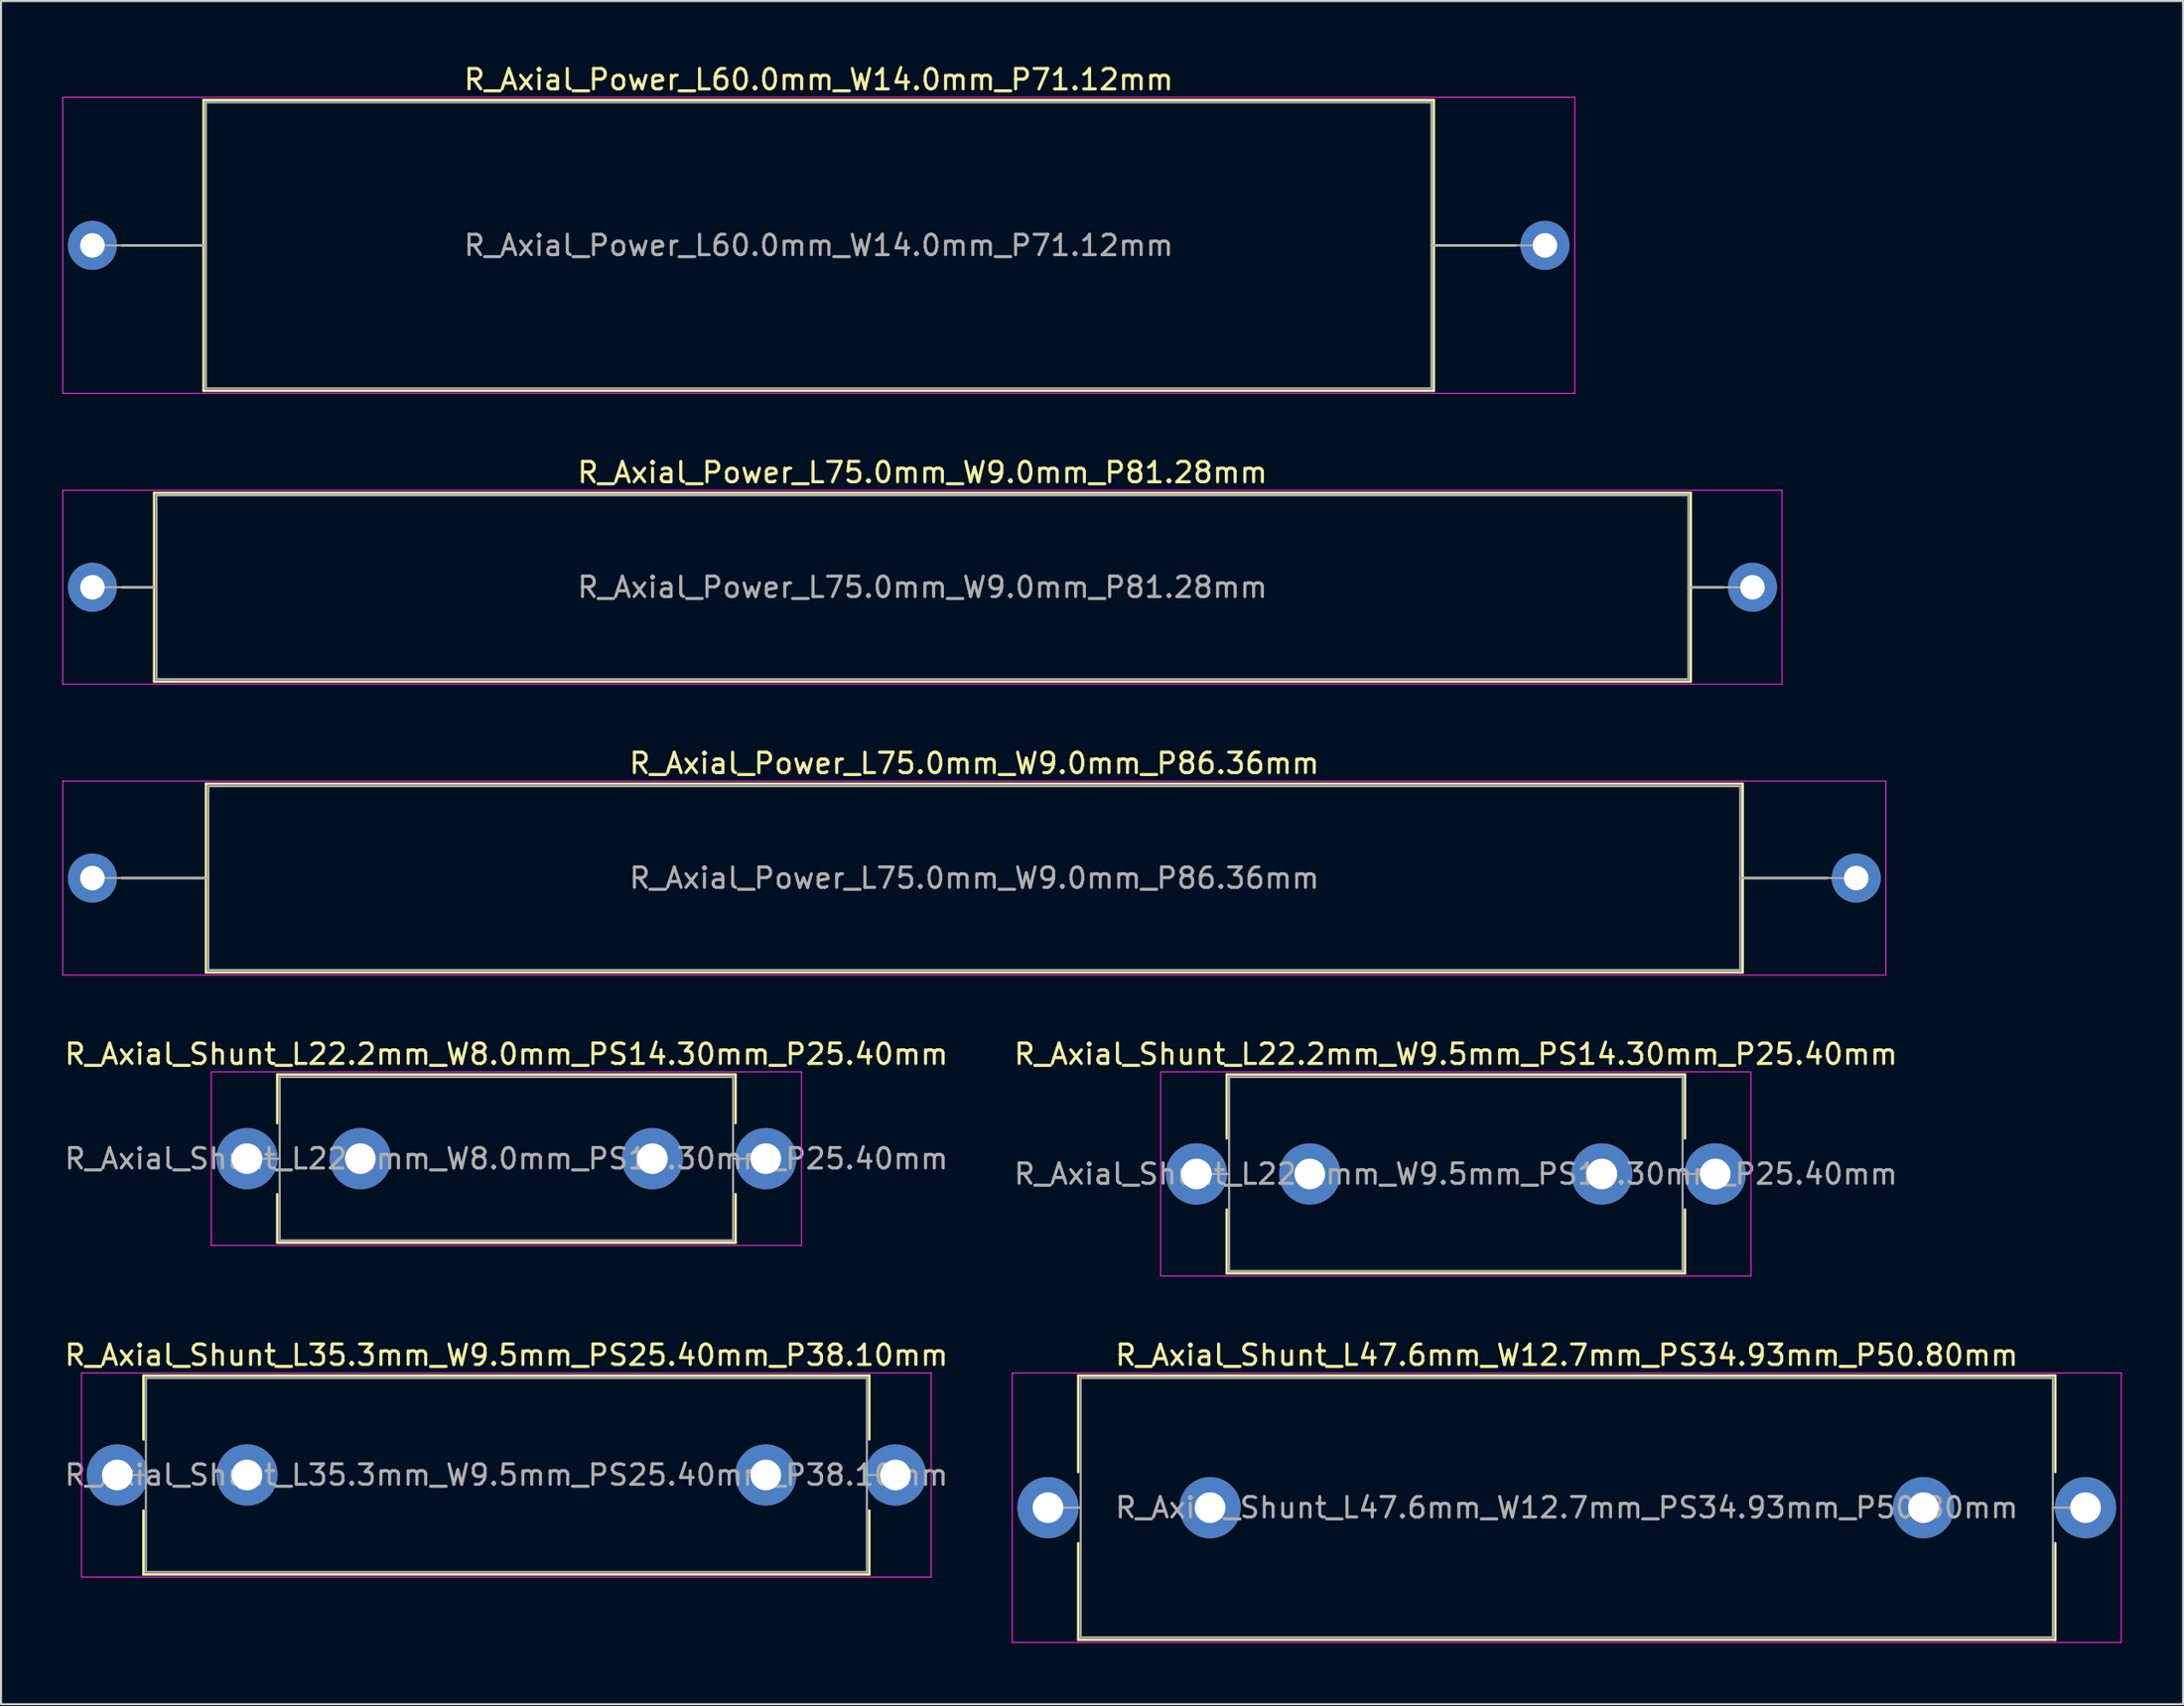
<source format=kicad_pcb>
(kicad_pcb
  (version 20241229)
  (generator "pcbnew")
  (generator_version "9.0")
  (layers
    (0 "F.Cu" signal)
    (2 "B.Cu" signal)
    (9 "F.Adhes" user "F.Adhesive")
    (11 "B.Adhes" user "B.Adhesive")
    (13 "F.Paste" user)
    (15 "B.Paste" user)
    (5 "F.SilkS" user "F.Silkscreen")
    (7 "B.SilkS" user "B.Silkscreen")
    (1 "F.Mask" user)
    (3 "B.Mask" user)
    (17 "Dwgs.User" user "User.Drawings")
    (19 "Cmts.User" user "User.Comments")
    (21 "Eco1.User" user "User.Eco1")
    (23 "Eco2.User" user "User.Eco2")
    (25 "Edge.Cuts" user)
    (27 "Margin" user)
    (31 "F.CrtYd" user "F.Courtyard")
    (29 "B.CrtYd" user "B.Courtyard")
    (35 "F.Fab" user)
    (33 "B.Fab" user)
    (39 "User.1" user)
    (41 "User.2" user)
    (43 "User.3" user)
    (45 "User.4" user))
  (footprint "R_Axial_Shunt_L35.3mm_W9.5mm_PS25.40mm_P38.10mm"
    (layer "F.Cu")
    (at 2.694 69.191)
    (property "Reference" "R_Axial_Shunt_L35.3mm_W9.5mm_PS25.40mm_P38.10mm" (at 19.05 -5.87 0) (layer "F.SilkS") (effects (font (size 1 1) (thickness 0.15))))
    (attr through_hole)
    (fp_line (start 1.28 -4.87) (end 36.82 -4.87) (stroke (width 0.12) (type solid)) (layer "F.SilkS"))
    (fp_line (start 1.28 -1.74) (end 1.28 -4.87) (stroke (width 0.12) (type solid)) (layer "F.SilkS"))
    (fp_line (start 1.28 1.74) (end 1.28 4.87) (stroke (width 0.12) (type solid)) (layer "F.SilkS"))
    (fp_line (start 1.28 4.87) (end 36.82 4.87) (stroke (width 0.12) (type solid)) (layer "F.SilkS"))
    (fp_line (start 36.82 -4.87) (end 36.82 -1.74) (stroke (width 0.12) (type solid)) (layer "F.SilkS"))
    (fp_line (start 36.82 4.87) (end 36.82 1.74) (stroke (width 0.12) (type solid)) (layer "F.SilkS"))
    (fp_line (start -1.75 -5) (end -1.75 5) (stroke (width 0.05) (type solid)) (layer "F.CrtYd"))
    (fp_line (start -1.75 5) (end 39.85 5) (stroke (width 0.05) (type solid)) (layer "F.CrtYd"))
    (fp_line (start 39.85 -5) (end -1.75 -5) (stroke (width 0.05) (type solid)) (layer "F.CrtYd"))
    (fp_line (start 39.85 5) (end 39.85 -5) (stroke (width 0.05) (type solid)) (layer "F.CrtYd"))
    (fp_line (start 0 0) (end 1.4 0) (stroke (width 0.1) (type solid)) (layer "F.Fab"))
    (fp_line (start 1.4 -4.75) (end 1.4 4.75) (stroke (width 0.1) (type solid)) (layer "F.Fab"))
    (fp_line (start 1.4 4.75) (end 36.7 4.75) (stroke (width 0.1) (type solid)) (layer "F.Fab"))
    (fp_line (start 36.7 -4.75) (end 1.4 -4.75) (stroke (width 0.1) (type solid)) (layer "F.Fab"))
    (fp_line (start 36.7 4.75) (end 36.7 -4.75) (stroke (width 0.1) (type solid)) (layer "F.Fab"))
    (fp_line (start 38.1 0) (end 36.7 0) (stroke (width 0.1) (type solid)) (layer "F.Fab"))
    (fp_text user "${REFERENCE}" (at 19.05 0 0) (layer "F.Fab") (effects (font (size 1 1) (thickness 0.15))))
    (pad "1" thru_hole circle (at 0 0) (size 3 3) (drill 1.5) (layers "*.Cu" "*.Mask"))
    (pad "2" thru_hole oval (at 6.35 0) (size 3 3) (drill 1.5) (layers "*.Cu" "*.Mask"))
    (pad "3" thru_hole oval (at 31.75 0) (size 3 3) (drill 1.5) (layers "*.Cu" "*.Mask"))
    (pad "4" thru_hole oval (at 38.1 0) (size 3 3) (drill 1.5) (layers "*.Cu" "*.Mask")))
  (footprint "R_Axial_Shunt_L47.6mm_W12.7mm_PS34.93mm_P50.80mm"
    (layer "F.Cu")
    (at 48.263 70.791)
    (property "Reference" "R_Axial_Shunt_L47.6mm_W12.7mm_PS34.93mm_P50.80mm" (at 25.4 -7.47 0) (layer "F.SilkS") (effects (font (size 1 1) (thickness 0.15))))
    (attr through_hole)
    (fp_line (start 1.48 -6.47) (end 49.32 -6.47) (stroke (width 0.12) (type solid)) (layer "F.SilkS"))
    (fp_line (start 1.48 -1.74) (end 1.48 -6.47) (stroke (width 0.12) (type solid)) (layer "F.SilkS"))
    (fp_line (start 1.48 1.74) (end 1.48 6.47) (stroke (width 0.12) (type solid)) (layer "F.SilkS"))
    (fp_line (start 1.48 6.47) (end 49.32 6.47) (stroke (width 0.12) (type solid)) (layer "F.SilkS"))
    (fp_line (start 49.32 -6.47) (end 49.32 -1.74) (stroke (width 0.12) (type solid)) (layer "F.SilkS"))
    (fp_line (start 49.32 6.47) (end 49.32 1.74) (stroke (width 0.12) (type solid)) (layer "F.SilkS"))
    (fp_line (start -1.75 -6.6) (end -1.75 6.6) (stroke (width 0.05) (type solid)) (layer "F.CrtYd"))
    (fp_line (start -1.75 6.6) (end 52.55 6.6) (stroke (width 0.05) (type solid)) (layer "F.CrtYd"))
    (fp_line (start 52.55 -6.6) (end -1.75 -6.6) (stroke (width 0.05) (type solid)) (layer "F.CrtYd"))
    (fp_line (start 52.55 6.6) (end 52.55 -6.6) (stroke (width 0.05) (type solid)) (layer "F.CrtYd"))
    (fp_line (start 0 0) (end 1.6 0) (stroke (width 0.1) (type solid)) (layer "F.Fab"))
    (fp_line (start 1.6 -6.35) (end 1.6 6.35) (stroke (width 0.1) (type solid)) (layer "F.Fab"))
    (fp_line (start 1.6 6.35) (end 49.2 6.35) (stroke (width 0.1) (type solid)) (layer "F.Fab"))
    (fp_line (start 49.2 -6.35) (end 1.6 -6.35) (stroke (width 0.1) (type solid)) (layer "F.Fab"))
    (fp_line (start 49.2 6.35) (end 49.2 -6.35) (stroke (width 0.1) (type solid)) (layer "F.Fab"))
    (fp_line (start 50.8 0) (end 49.2 0) (stroke (width 0.1) (type solid)) (layer "F.Fab"))
    (fp_text user "${REFERENCE}" (at 25.4 0 0) (layer "F.Fab") (effects (font (size 1 1) (thickness 0.15))))
    (pad "1" thru_hole circle (at 0 0) (size 3 3) (drill 1.5) (layers "*.Cu" "*.Mask"))
    (pad "2" thru_hole oval (at 7.935 0) (size 3 3) (drill 1.5) (layers "*.Cu" "*.Mask"))
    (pad "3" thru_hole oval (at 42.865 0) (size 3 3) (drill 1.5) (layers "*.Cu" "*.Mask"))
    (pad "4" thru_hole oval (at 50.8 0) (size 3 3) (drill 1.5) (layers "*.Cu" "*.Mask")))
  (footprint "R_Axial_Power_L60.0mm_W14.0mm_P71.12mm"
    (layer "F.Cu")
    (at 1.475 8.968)
    (property "Reference" "R_Axial_Power_L60.0mm_W14.0mm_P71.12mm" (at 35.56 -8.12 0) (layer "F.SilkS") (effects (font (size 1 1) (thickness 0.15))))
    (attr through_hole)
    (fp_line (start 1.44 0) (end 5.44 0) (stroke (width 0.12) (type solid)) (layer "F.SilkS"))
    (fp_line (start 5.44 -7.12) (end 5.44 7.12) (stroke (width 0.12) (type solid)) (layer "F.SilkS"))
    (fp_line (start 5.44 7.12) (end 65.68 7.12) (stroke (width 0.12) (type solid)) (layer "F.SilkS"))
    (fp_line (start 65.68 -7.12) (end 5.44 -7.12) (stroke (width 0.12) (type solid)) (layer "F.SilkS"))
    (fp_line (start 65.68 7.12) (end 65.68 -7.12) (stroke (width 0.12) (type solid)) (layer "F.SilkS"))
    (fp_line (start 69.68 0) (end 65.68 0) (stroke (width 0.12) (type solid)) (layer "F.SilkS"))
    (fp_line (start -1.45 -7.25) (end -1.45 7.25) (stroke (width 0.05) (type solid)) (layer "F.CrtYd"))
    (fp_line (start -1.45 7.25) (end 72.58 7.25) (stroke (width 0.05) (type solid)) (layer "F.CrtYd"))
    (fp_line (start 72.58 -7.25) (end -1.45 -7.25) (stroke (width 0.05) (type solid)) (layer "F.CrtYd"))
    (fp_line (start 72.58 7.25) (end 72.58 -7.25) (stroke (width 0.05) (type solid)) (layer "F.CrtYd"))
    (fp_line (start 0 0) (end 5.56 0) (stroke (width 0.1) (type solid)) (layer "F.Fab"))
    (fp_line (start 5.56 -7) (end 5.56 7) (stroke (width 0.1) (type solid)) (layer "F.Fab"))
    (fp_line (start 5.56 7) (end 65.56 7) (stroke (width 0.1) (type solid)) (layer "F.Fab"))
    (fp_line (start 65.56 -7) (end 5.56 -7) (stroke (width 0.1) (type solid)) (layer "F.Fab"))
    (fp_line (start 65.56 7) (end 65.56 -7) (stroke (width 0.1) (type solid)) (layer "F.Fab"))
    (fp_line (start 71.12 0) (end 65.56 0) (stroke (width 0.1) (type solid)) (layer "F.Fab"))
    (fp_text user "${REFERENCE}" (at 35.56 0 0) (layer "F.Fab") (effects (font (size 1 1) (thickness 0.15))))
    (pad "1" thru_hole circle (at 0 0) (size 2.4 2.4) (drill 1.2) (layers "*.Cu" "*.Mask"))
    (pad "2" thru_hole oval (at 71.12 0) (size 2.4 2.4) (drill 1.2) (layers "*.Cu" "*.Mask")))
  (footprint "R_Axial_Shunt_L22.2mm_W9.5mm_PS14.30mm_P25.40mm"
    (layer "F.Cu")
    (at 55.532 54.448)
    (property "Reference" "R_Axial_Shunt_L22.2mm_W9.5mm_PS14.30mm_P25.40mm" (at 12.7 -5.87 0) (layer "F.SilkS") (effects (font (size 1 1) (thickness 0.15))))
    (attr through_hole)
    (fp_line (start 1.48 -4.87) (end 23.92 -4.87) (stroke (width 0.12) (type solid)) (layer "F.SilkS"))
    (fp_line (start 1.48 -1.74) (end 1.48 -4.87) (stroke (width 0.12) (type solid)) (layer "F.SilkS"))
    (fp_line (start 1.48 1.74) (end 1.48 4.87) (stroke (width 0.12) (type solid)) (layer "F.SilkS"))
    (fp_line (start 1.48 4.87) (end 23.92 4.87) (stroke (width 0.12) (type solid)) (layer "F.SilkS"))
    (fp_line (start 23.92 -4.87) (end 23.92 -1.74) (stroke (width 0.12) (type solid)) (layer "F.SilkS"))
    (fp_line (start 23.92 4.87) (end 23.92 1.74) (stroke (width 0.12) (type solid)) (layer "F.SilkS"))
    (fp_line (start -1.75 -5) (end -1.75 5) (stroke (width 0.05) (type solid)) (layer "F.CrtYd"))
    (fp_line (start -1.75 5) (end 27.15 5) (stroke (width 0.05) (type solid)) (layer "F.CrtYd"))
    (fp_line (start 27.15 -5) (end -1.75 -5) (stroke (width 0.05) (type solid)) (layer "F.CrtYd"))
    (fp_line (start 27.15 5) (end 27.15 -5) (stroke (width 0.05) (type solid)) (layer "F.CrtYd"))
    (fp_line (start 0 0) (end 1.6 0) (stroke (width 0.1) (type solid)) (layer "F.Fab"))
    (fp_line (start 1.6 -4.75) (end 1.6 4.75) (stroke (width 0.1) (type solid)) (layer "F.Fab"))
    (fp_line (start 1.6 4.75) (end 23.8 4.75) (stroke (width 0.1) (type solid)) (layer "F.Fab"))
    (fp_line (start 23.8 -4.75) (end 1.6 -4.75) (stroke (width 0.1) (type solid)) (layer "F.Fab"))
    (fp_line (start 23.8 4.75) (end 23.8 -4.75) (stroke (width 0.1) (type solid)) (layer "F.Fab"))
    (fp_line (start 25.4 0) (end 23.8 0) (stroke (width 0.1) (type solid)) (layer "F.Fab"))
    (fp_text user "${REFERENCE}" (at 12.7 0 0) (layer "F.Fab") (effects (font (size 1 1) (thickness 0.15))))
    (pad "1" thru_hole circle (at 0 0) (size 3 3) (drill 1.5) (layers "*.Cu" "*.Mask"))
    (pad "2" thru_hole oval (at 5.55 0) (size 3 3) (drill 1.5) (layers "*.Cu" "*.Mask"))
    (pad "3" thru_hole oval (at 19.85 0) (size 3 3) (drill 1.5) (layers "*.Cu" "*.Mask"))
    (pad "4" thru_hole oval (at 25.4 0) (size 3 3) (drill 1.5) (layers "*.Cu" "*.Mask")))
  (footprint "R_Axial_Power_L75.0mm_W9.0mm_P81.28mm"
    (layer "F.Cu")
    (at 1.475 25.712)
    (property "Reference" "R_Axial_Power_L75.0mm_W9.0mm_P81.28mm" (at 40.64 -5.62 0) (layer "F.SilkS") (effects (font (size 1 1) (thickness 0.15))))
    (attr through_hole)
    (fp_line (start 1.44 0) (end 3.02 0) (stroke (width 0.12) (type solid)) (layer "F.SilkS"))
    (fp_line (start 3.02 -4.62) (end 3.02 4.62) (stroke (width 0.12) (type solid)) (layer "F.SilkS"))
    (fp_line (start 3.02 4.62) (end 78.26 4.62) (stroke (width 0.12) (type solid)) (layer "F.SilkS"))
    (fp_line (start 78.26 -4.62) (end 3.02 -4.62) (stroke (width 0.12) (type solid)) (layer "F.SilkS"))
    (fp_line (start 78.26 4.62) (end 78.26 -4.62) (stroke (width 0.12) (type solid)) (layer "F.SilkS"))
    (fp_line (start 79.84 0) (end 78.26 0) (stroke (width 0.12) (type solid)) (layer "F.SilkS"))
    (fp_line (start -1.45 -4.75) (end -1.45 4.75) (stroke (width 0.05) (type solid)) (layer "F.CrtYd"))
    (fp_line (start -1.45 4.75) (end 82.73 4.75) (stroke (width 0.05) (type solid)) (layer "F.CrtYd"))
    (fp_line (start 82.73 -4.75) (end -1.45 -4.75) (stroke (width 0.05) (type solid)) (layer "F.CrtYd"))
    (fp_line (start 82.73 4.75) (end 82.73 -4.75) (stroke (width 0.05) (type solid)) (layer "F.CrtYd"))
    (fp_line (start 0 0) (end 3.14 0) (stroke (width 0.1) (type solid)) (layer "F.Fab"))
    (fp_line (start 3.14 -4.5) (end 3.14 4.5) (stroke (width 0.1) (type solid)) (layer "F.Fab"))
    (fp_line (start 3.14 4.5) (end 78.14 4.5) (stroke (width 0.1) (type solid)) (layer "F.Fab"))
    (fp_line (start 78.14 -4.5) (end 3.14 -4.5) (stroke (width 0.1) (type solid)) (layer "F.Fab"))
    (fp_line (start 78.14 4.5) (end 78.14 -4.5) (stroke (width 0.1) (type solid)) (layer "F.Fab"))
    (fp_line (start 81.28 0) (end 78.14 0) (stroke (width 0.1) (type solid)) (layer "F.Fab"))
    (fp_text user "${REFERENCE}" (at 40.64 0 0) (layer "F.Fab") (effects (font (size 1 1) (thickness 0.15))))
    (pad "1" thru_hole circle (at 0 0) (size 2.4 2.4) (drill 1.2) (layers "*.Cu" "*.Mask"))
    (pad "2" thru_hole oval (at 81.28 0) (size 2.4 2.4) (drill 1.2) (layers "*.Cu" "*.Mask")))
  (footprint "R_Axial_Power_L75.0mm_W9.0mm_P86.36mm"
    (layer "F.Cu")
    (at 1.475 39.955)
    (property "Reference" "R_Axial_Power_L75.0mm_W9.0mm_P86.36mm" (at 43.18 -5.62 0) (layer "F.SilkS") (effects (font (size 1 1) (thickness 0.15))))
    (attr through_hole)
    (fp_line (start 1.44 0) (end 5.56 0) (stroke (width 0.12) (type solid)) (layer "F.SilkS"))
    (fp_line (start 5.56 -4.62) (end 5.56 4.62) (stroke (width 0.12) (type solid)) (layer "F.SilkS"))
    (fp_line (start 5.56 4.62) (end 80.8 4.62) (stroke (width 0.12) (type solid)) (layer "F.SilkS"))
    (fp_line (start 80.8 -4.62) (end 5.56 -4.62) (stroke (width 0.12) (type solid)) (layer "F.SilkS"))
    (fp_line (start 80.8 4.62) (end 80.8 -4.62) (stroke (width 0.12) (type solid)) (layer "F.SilkS"))
    (fp_line (start 84.92 0) (end 80.8 0) (stroke (width 0.12) (type solid)) (layer "F.SilkS"))
    (fp_line (start -1.45 -4.75) (end -1.45 4.75) (stroke (width 0.05) (type solid)) (layer "F.CrtYd"))
    (fp_line (start -1.45 4.75) (end 87.81 4.75) (stroke (width 0.05) (type solid)) (layer "F.CrtYd"))
    (fp_line (start 87.81 -4.75) (end -1.45 -4.75) (stroke (width 0.05) (type solid)) (layer "F.CrtYd"))
    (fp_line (start 87.81 4.75) (end 87.81 -4.75) (stroke (width 0.05) (type solid)) (layer "F.CrtYd"))
    (fp_line (start 0 0) (end 5.68 0) (stroke (width 0.1) (type solid)) (layer "F.Fab"))
    (fp_line (start 5.68 -4.5) (end 5.68 4.5) (stroke (width 0.1) (type solid)) (layer "F.Fab"))
    (fp_line (start 5.68 4.5) (end 80.68 4.5) (stroke (width 0.1) (type solid)) (layer "F.Fab"))
    (fp_line (start 80.68 -4.5) (end 5.68 -4.5) (stroke (width 0.1) (type solid)) (layer "F.Fab"))
    (fp_line (start 80.68 4.5) (end 80.68 -4.5) (stroke (width 0.1) (type solid)) (layer "F.Fab"))
    (fp_line (start 86.36 0) (end 80.68 0) (stroke (width 0.1) (type solid)) (layer "F.Fab"))
    (fp_text user "${REFERENCE}" (at 43.18 0 0) (layer "F.Fab") (effects (font (size 1 1) (thickness 0.15))))
    (pad "1" thru_hole circle (at 0 0) (size 2.4 2.4) (drill 1.2) (layers "*.Cu" "*.Mask"))
    (pad "2" thru_hole oval (at 86.36 0) (size 2.4 2.4) (drill 1.2) (layers "*.Cu" "*.Mask")))
  (footprint "R_Axial_Shunt_L22.2mm_W8.0mm_PS14.30mm_P25.40mm"
    (layer "F.Cu")
    (at 9.044 53.698)
    (property "Reference" "R_Axial_Shunt_L22.2mm_W8.0mm_PS14.30mm_P25.40mm" (at 12.7 -5.12 0) (layer "F.SilkS") (effects (font (size 1 1) (thickness 0.15))))
    (attr through_hole)
    (fp_line (start 1.48 -4.12) (end 23.92 -4.12) (stroke (width 0.12) (type solid)) (layer "F.SilkS"))
    (fp_line (start 1.48 -1.74) (end 1.48 -4.12) (stroke (width 0.12) (type solid)) (layer "F.SilkS"))
    (fp_line (start 1.48 1.74) (end 1.48 4.12) (stroke (width 0.12) (type solid)) (layer "F.SilkS"))
    (fp_line (start 1.48 4.12) (end 23.92 4.12) (stroke (width 0.12) (type solid)) (layer "F.SilkS"))
    (fp_line (start 23.92 -4.12) (end 23.92 -1.74) (stroke (width 0.12) (type solid)) (layer "F.SilkS"))
    (fp_line (start 23.92 4.12) (end 23.92 1.74) (stroke (width 0.12) (type solid)) (layer "F.SilkS"))
    (fp_line (start -1.75 -4.25) (end -1.75 4.25) (stroke (width 0.05) (type solid)) (layer "F.CrtYd"))
    (fp_line (start -1.75 4.25) (end 27.15 4.25) (stroke (width 0.05) (type solid)) (layer "F.CrtYd"))
    (fp_line (start 27.15 -4.25) (end -1.75 -4.25) (stroke (width 0.05) (type solid)) (layer "F.CrtYd"))
    (fp_line (start 27.15 4.25) (end 27.15 -4.25) (stroke (width 0.05) (type solid)) (layer "F.CrtYd"))
    (fp_line (start 0 0) (end 1.6 0) (stroke (width 0.1) (type solid)) (layer "F.Fab"))
    (fp_line (start 1.6 -4) (end 1.6 4) (stroke (width 0.1) (type solid)) (layer "F.Fab"))
    (fp_line (start 1.6 4) (end 23.8 4) (stroke (width 0.1) (type solid)) (layer "F.Fab"))
    (fp_line (start 23.8 -4) (end 1.6 -4) (stroke (width 0.1) (type solid)) (layer "F.Fab"))
    (fp_line (start 23.8 4) (end 23.8 -4) (stroke (width 0.1) (type solid)) (layer "F.Fab"))
    (fp_line (start 25.4 0) (end 23.8 0) (stroke (width 0.1) (type solid)) (layer "F.Fab"))
    (fp_text user "${REFERENCE}" (at 12.7 0 0) (layer "F.Fab") (effects (font (size 1 1) (thickness 0.15))))
    (pad "1" thru_hole circle (at 0 0) (size 3 3) (drill 1.5) (layers "*.Cu" "*.Mask"))
    (pad "2" thru_hole oval (at 5.55 0) (size 3 3) (drill 1.5) (layers "*.Cu" "*.Mask"))
    (pad "3" thru_hole oval (at 19.85 0) (size 3 3) (drill 1.5) (layers "*.Cu" "*.Mask"))
    (pad "4" thru_hole oval (at 25.4 0) (size 3 3) (drill 1.5) (layers "*.Cu" "*.Mask")))
  (gr_rect
    (start -3 -3)
    (end 103.838 80.416)
    (stroke (width 0.1) (type default))
    (fill no)
    (layer "Edge.Cuts")))
</source>
